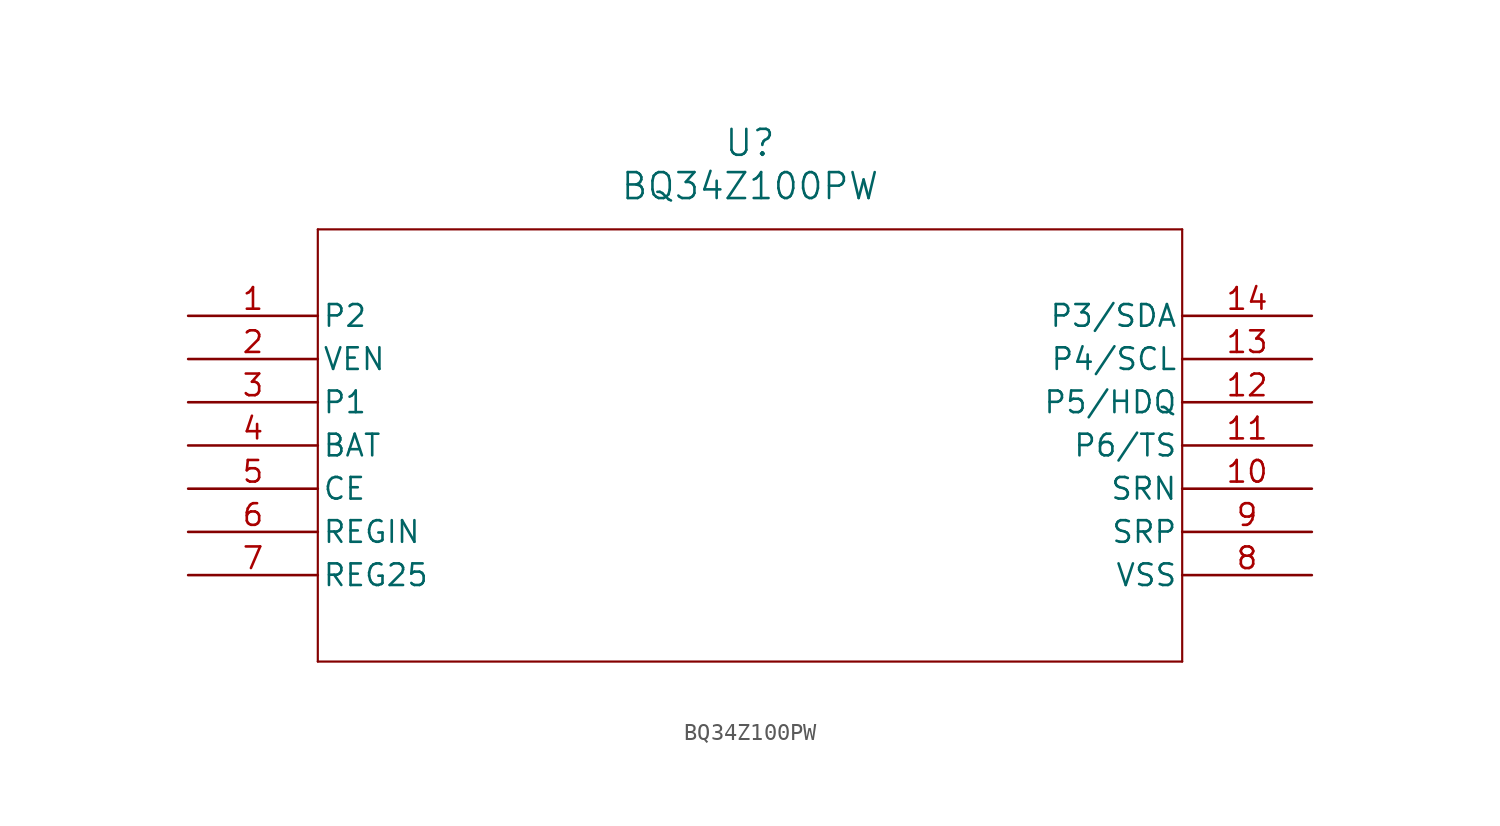
<source format=kicad_sym>
(kicad_symbol_lib
  (version 20211014)
  (generator kicad_symbol_editor)
  (symbol "BQ34Z100PW"
    (pin_names
      (offset 0.254))
    (property "Reference" "U"
      (at 33.02 10.16 0)
      (effects (font (size 1.524 1.524))))
    (property "Value" "BQ34Z100PW"
      (at 33.02 7.62 0)
      (effects (font (size 1.524 1.524))))
    (symbol "BQ34Z100PW_0_1"
      (polyline (pts (xy 7.62 5.08) (xy 7.62 -20.32)) (stroke (width 0.127) (type default) (color 0 0 0 0)) (fill (type none)))
      (polyline (pts (xy 7.62 -20.32) (xy 58.42 -20.32)) (stroke (width 0.127) (type default) (color 0 0 0 0)) (fill (type none)))
      (polyline (pts (xy 58.42 -20.32) (xy 58.42 5.08)) (stroke (width 0.127) (type default) (color 0 0 0 0)) (fill (type none)))
      (polyline (pts (xy 58.42 5.08) (xy 7.62 5.08)) (stroke (width 0.127) (type default) (color 0 0 0 0)) (fill (type none)))
      (pin output line (at 0 0 0) (length 7.62) (name "P2" (effects (font (size 1.27 1.27)))) (number "1" (effects (font (size 1.27 1.27)))))
      (pin output line (at 0 -2.54 0) (length 7.62) (name "VEN" (effects (font (size 1.27 1.27)))) (number "2" (effects (font (size 1.27 1.27)))))
      (pin output line (at 0 -5.08 0) (length 7.62) (name "P1" (effects (font (size 1.27 1.27)))) (number "3" (effects (font (size 1.27 1.27)))))
      (pin input line (at 0 -7.62 0) (length 7.62) (name "BAT" (effects (font (size 1.27 1.27)))) (number "4" (effects (font (size 1.27 1.27)))))
      (pin input line (at 0 -10.16 0) (length 7.62) (name "CE" (effects (font (size 1.27 1.27)))) (number "5" (effects (font (size 1.27 1.27)))))
      (pin power_in line (at 0 -12.7 0) (length 7.62) (name "REGIN" (effects (font (size 1.27 1.27)))) (number "6" (effects (font (size 1.27 1.27)))))
      (pin power_in line (at 0 -15.24 0) (length 7.62) (name "REG25" (effects (font (size 1.27 1.27)))) (number "7" (effects (font (size 1.27 1.27)))))
      (pin power_in line (at 66.04 -15.24 180) (length 7.62) (name "VSS" (effects (font (size 1.27 1.27)))) (number "8" (effects (font (size 1.27 1.27)))))
      (pin input line (at 66.04 -12.7 180) (length 7.62) (name "SRP" (effects (font (size 1.27 1.27)))) (number "9" (effects (font (size 1.27 1.27)))))
      (pin input line (at 66.04 -10.16 180) (length 7.62) (name "SRN" (effects (font (size 1.27 1.27)))) (number "10" (effects (font (size 1.27 1.27)))))
      (pin input line (at 66.04 -7.62 180) (length 7.62) (name "P6/TS" (effects (font (size 1.27 1.27)))) (number "11" (effects (font (size 1.27 1.27)))))
      (pin bidirectional line (at 66.04 -5.08 180) (length 7.62) (name "P5/HDQ" (effects (font (size 1.27 1.27)))) (number "12" (effects (font (size 1.27 1.27)))))
      (pin input line (at 66.04 -2.54 180) (length 7.62) (name "P4/SCL" (effects (font (size 1.27 1.27)))) (number "13" (effects (font (size 1.27 1.27)))))
      (pin bidirectional line (at 66.04 0 180) (length 7.62) (name "P3/SDA" (effects (font (size 1.27 1.27)))) (number "14" (effects (font (size 1.27 1.27))))))))
</source>
